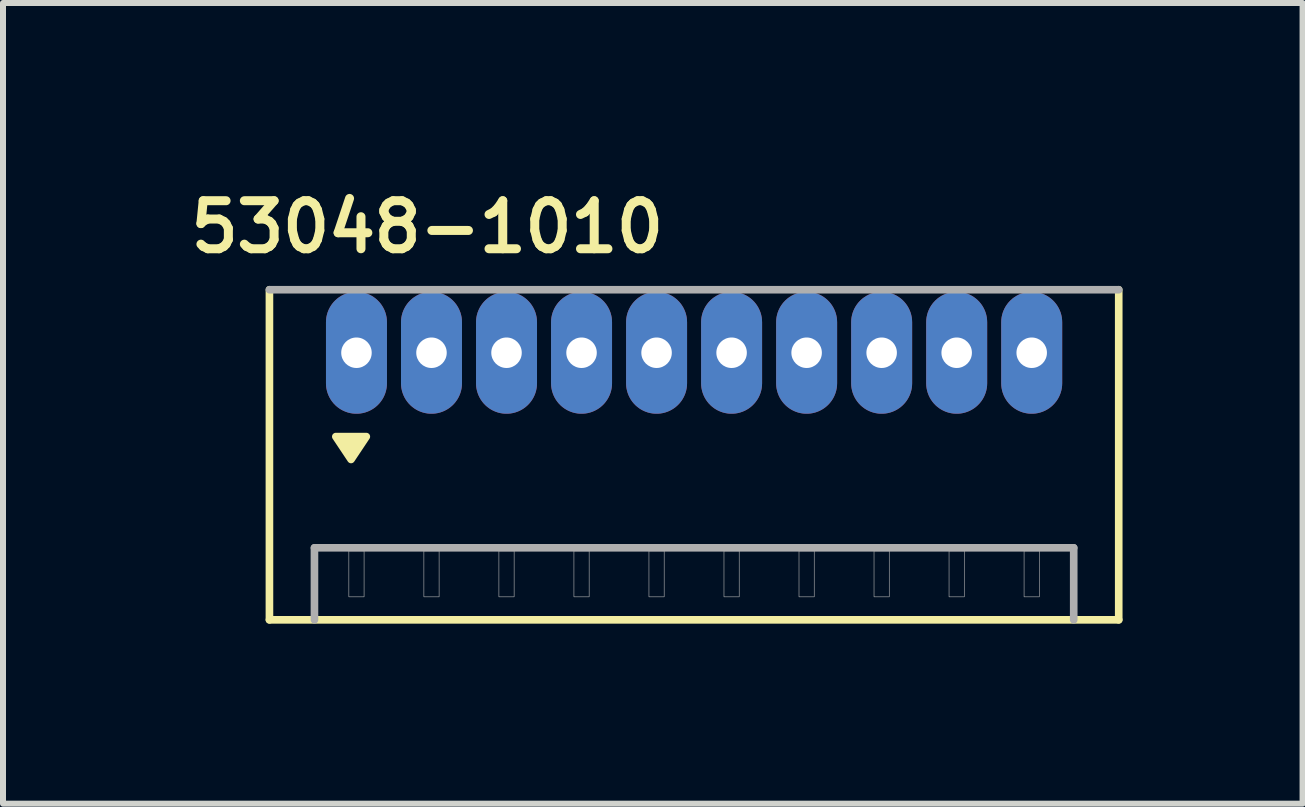
<source format=kicad_pcb>
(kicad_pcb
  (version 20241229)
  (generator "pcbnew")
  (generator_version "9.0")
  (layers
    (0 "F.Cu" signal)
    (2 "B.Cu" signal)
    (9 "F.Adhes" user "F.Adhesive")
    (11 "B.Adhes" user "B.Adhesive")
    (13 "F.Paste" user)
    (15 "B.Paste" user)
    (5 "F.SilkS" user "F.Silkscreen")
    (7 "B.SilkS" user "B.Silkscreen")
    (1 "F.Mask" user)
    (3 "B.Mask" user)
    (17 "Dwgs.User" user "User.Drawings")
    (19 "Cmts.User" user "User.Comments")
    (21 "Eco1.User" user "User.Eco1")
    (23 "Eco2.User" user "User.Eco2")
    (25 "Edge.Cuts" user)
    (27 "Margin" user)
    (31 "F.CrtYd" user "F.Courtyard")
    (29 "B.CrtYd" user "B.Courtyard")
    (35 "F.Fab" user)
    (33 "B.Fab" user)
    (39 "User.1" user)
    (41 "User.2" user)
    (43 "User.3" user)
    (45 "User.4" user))
  (footprint "53048-1010"
    (layer "F.Cu")
    (at 8.514 2.827)
    (property "Reference" "53048-1010" (at -4.445 -2.095 0) (layer "F.SilkS") (effects (font (size 0.8 0.8) (thickness 0.15))))
    (attr through_hole)
    (fp_line (start -7.075 4.45) (end -7.075 -1.05) (stroke (width 0.127) (type solid)) (layer "F.SilkS"))
    (fp_line (start 7.075 -1.05) (end 7.075 4.45) (stroke (width 0.127) (type solid)) (layer "F.SilkS"))
    (fp_line (start 7.075 4.45) (end -7.075 4.45) (stroke (width 0.127) (type solid)) (layer "F.SilkS"))
    (fp_poly (pts (xy -5.969 1.397) (xy -5.461 1.397) (xy -5.715 1.778)) (stroke (width 0.127) (type solid)) (fill yes) (layer "F.SilkS"))
    (fp_line (start -7.075 -1.05) (end 7.075 -1.05) (stroke (width 0.127) (type solid)) (layer "F.Fab"))
    (fp_line (start -6.325 3.25) (end 6.325 3.25) (stroke (width 0.127) (type solid)) (layer "F.Fab"))
    (fp_line (start -6.325 4.45) (end -6.325 3.25) (stroke (width 0.127) (type solid)) (layer "F.Fab"))
    (fp_line (start 6.325 3.25) (end 6.325 4.45) (stroke (width 0.127) (type solid)) (layer "F.Fab"))
    (fp_poly (pts (xy -5.752 3.3) (xy -5.498 3.3) (xy -5.498 4.067) (xy -5.752 4.067)) (stroke (width 0.01) (type solid)) (fill no) (layer "F.Fab"))
    (fp_poly (pts (xy -4.502 3.3) (xy -4.248 3.3) (xy -4.248 4.067) (xy -4.502 4.067)) (stroke (width 0.01) (type solid)) (fill no) (layer "F.Fab"))
    (fp_poly (pts (xy -3.252 3.3) (xy -2.998 3.3) (xy -2.998 4.067) (xy -3.252 4.067)) (stroke (width 0.01) (type solid)) (fill no) (layer "F.Fab"))
    (fp_poly (pts (xy -2.002 3.3) (xy -1.748 3.3) (xy -1.748 4.067) (xy -2.002 4.067)) (stroke (width 0.01) (type solid)) (fill no) (layer "F.Fab"))
    (fp_poly (pts (xy -0.752 3.3) (xy -0.498 3.3) (xy -0.498 4.067) (xy -0.752 4.067)) (stroke (width 0.01) (type solid)) (fill no) (layer "F.Fab"))
    (fp_poly (pts (xy 0.498 3.3) (xy 0.752 3.3) (xy 0.752 4.067) (xy 0.498 4.067)) (stroke (width 0.01) (type solid)) (fill no) (layer "F.Fab"))
    (fp_poly (pts (xy 1.748 3.3) (xy 2.002 3.3) (xy 2.002 4.067) (xy 1.748 4.067)) (stroke (width 0.01) (type solid)) (fill no) (layer "F.Fab"))
    (fp_poly (pts (xy 2.998 3.3) (xy 3.252 3.3) (xy 3.252 4.067) (xy 2.998 4.067)) (stroke (width 0.01) (type solid)) (fill no) (layer "F.Fab"))
    (fp_poly (pts (xy 4.248 3.3) (xy 4.502 3.3) (xy 4.502 4.067) (xy 4.248 4.067)) (stroke (width 0.01) (type solid)) (fill no) (layer "F.Fab"))
    (fp_poly (pts (xy 5.498 3.3) (xy 5.752 3.3) (xy 5.752 4.067) (xy 5.498 4.067)) (stroke (width 0.01) (type solid)) (fill no) (layer "F.Fab"))
    (pad "1" thru_hole oval (at -5.625 0) (size 1.016 2.032) (drill 0.508) (layers "*.Cu" "*.Mask"))
    (pad "2" thru_hole oval (at -4.375 0) (size 1.016 2.032) (drill 0.508) (layers "*.Cu" "*.Mask"))
    (pad "3" thru_hole oval (at -3.125 0) (size 1.016 2.032) (drill 0.508) (layers "*.Cu" "*.Mask"))
    (pad "4" thru_hole oval (at -1.875 0) (size 1.016 2.032) (drill 0.508) (layers "*.Cu" "*.Mask"))
    (pad "5" thru_hole oval (at -0.625 0) (size 1.016 2.032) (drill 0.508) (layers "*.Cu" "*.Mask"))
    (pad "6" thru_hole oval (at 0.625 0) (size 1.016 2.032) (drill 0.508) (layers "*.Cu" "*.Mask"))
    (pad "7" thru_hole oval (at 1.875 0) (size 1.016 2.032) (drill 0.508) (layers "*.Cu" "*.Mask"))
    (pad "8" thru_hole oval (at 3.125 0) (size 1.016 2.032) (drill 0.508) (layers "*.Cu" "*.Mask"))
    (pad "9" thru_hole oval (at 4.375 0) (size 1.016 2.032) (drill 0.508) (layers "*.Cu" "*.Mask"))
    (pad "10" thru_hole oval (at 5.625 0) (size 1.016 2.032) (drill 0.508) (layers "*.Cu" "*.Mask")))
  (gr_rect
    (start -3 -3)
    (end 18.652 10.34)
    (stroke (width 0.1) (type default))
    (fill no)
    (layer "Edge.Cuts")))
</source>
